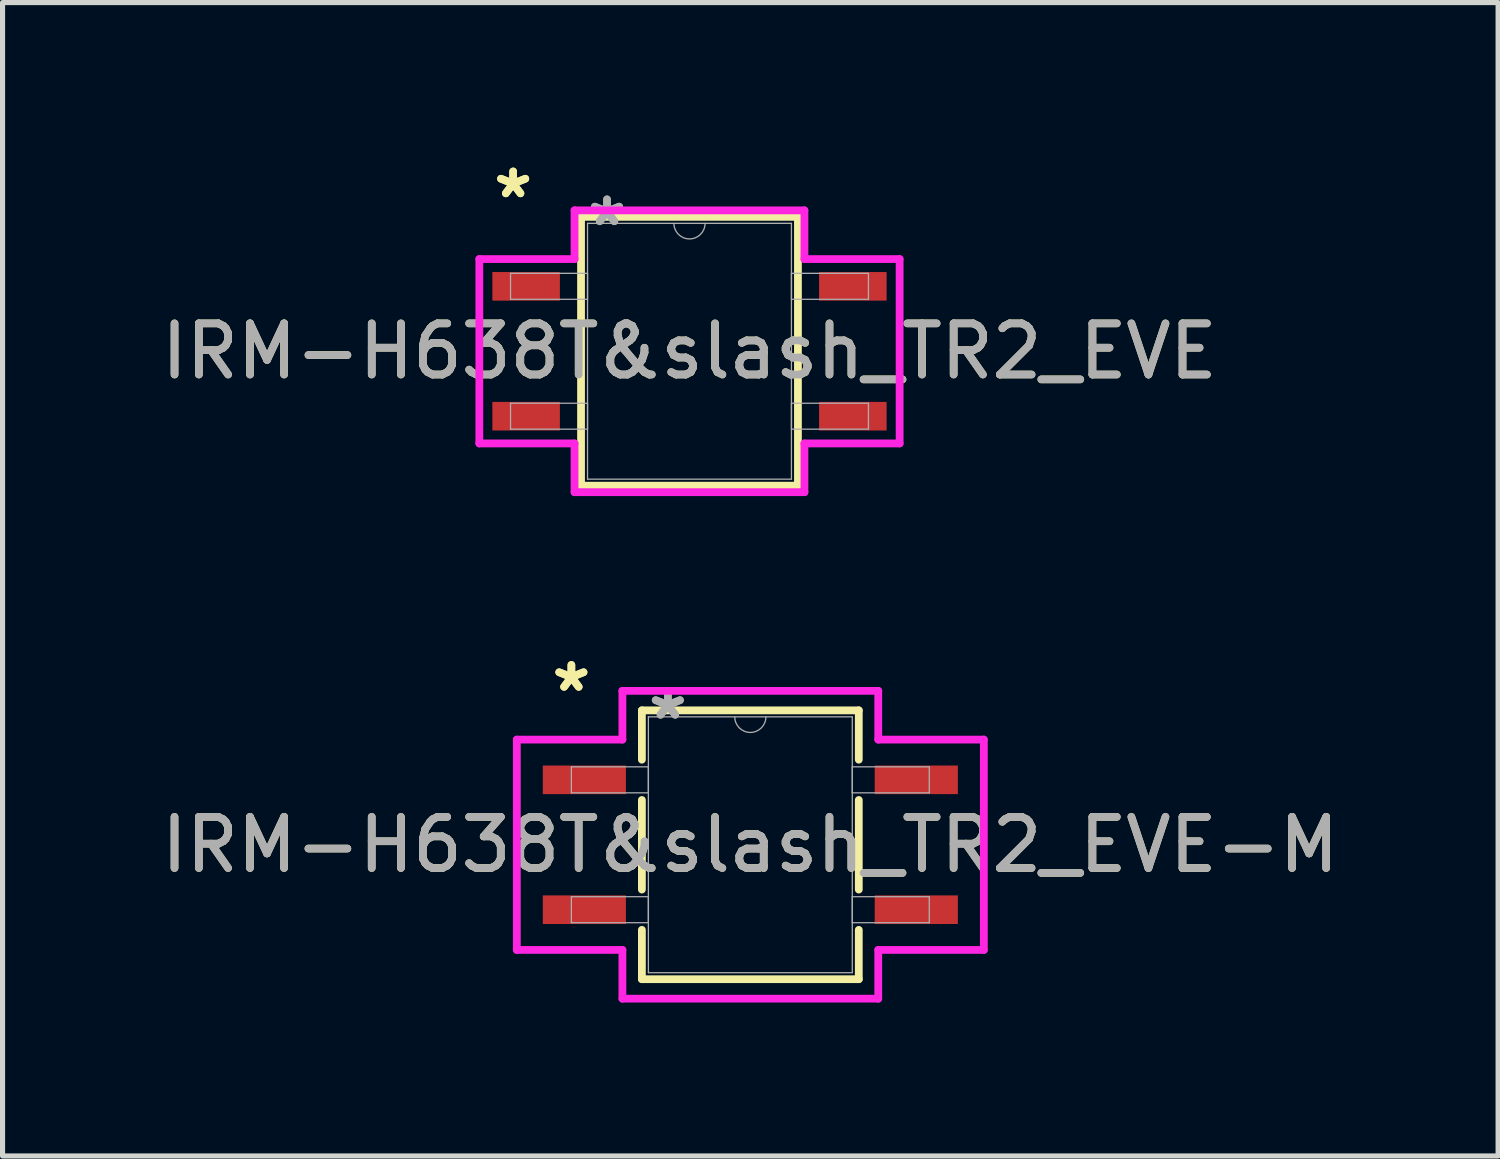
<source format=kicad_pcb>
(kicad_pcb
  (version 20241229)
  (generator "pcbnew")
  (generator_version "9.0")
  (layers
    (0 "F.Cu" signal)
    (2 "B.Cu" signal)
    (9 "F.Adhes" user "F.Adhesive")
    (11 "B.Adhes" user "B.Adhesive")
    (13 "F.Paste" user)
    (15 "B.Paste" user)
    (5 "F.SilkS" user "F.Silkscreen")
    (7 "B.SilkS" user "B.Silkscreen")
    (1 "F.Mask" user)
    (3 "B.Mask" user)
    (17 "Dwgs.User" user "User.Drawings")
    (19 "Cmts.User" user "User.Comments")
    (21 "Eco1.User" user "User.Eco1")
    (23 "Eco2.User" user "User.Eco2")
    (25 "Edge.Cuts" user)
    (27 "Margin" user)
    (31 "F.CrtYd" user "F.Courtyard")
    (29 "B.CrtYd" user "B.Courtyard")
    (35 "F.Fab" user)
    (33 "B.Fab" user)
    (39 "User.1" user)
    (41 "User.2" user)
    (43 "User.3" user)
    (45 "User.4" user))
  (footprint "IRM-H638T&slash_TR2_EVE-M"
    (layer "F.Cu")
    (at 11.625 13.472)
    (property "Reference" "IRM-H638T&slash_TR2_EVE-M" (at 0 0 0) (unlocked yes) (layer "F.SilkS") (effects (font (size 1 1) (thickness 0.15))))
    (attr smd)
    (fp_line (start -2.121 -2.629) (end -2.121 -1.664) (stroke (width 0.152) (type solid)) (layer "F.SilkS"))
    (fp_line (start -2.121 -0.876) (end -2.121 0.876) (stroke (width 0.152) (type solid)) (layer "F.SilkS"))
    (fp_line (start -2.121 1.664) (end -2.121 2.629) (stroke (width 0.152) (type solid)) (layer "F.SilkS"))
    (fp_line (start -2.121 2.629) (end 2.121 2.629) (stroke (width 0.152) (type solid)) (layer "F.SilkS"))
    (fp_line (start 2.121 -2.629) (end -2.121 -2.629) (stroke (width 0.152) (type solid)) (layer "F.SilkS"))
    (fp_line (start 2.121 -1.664) (end 2.121 -2.629) (stroke (width 0.152) (type solid)) (layer "F.SilkS"))
    (fp_line (start 2.121 0.876) (end 2.121 -0.876) (stroke (width 0.152) (type solid)) (layer "F.SilkS"))
    (fp_line (start 2.121 2.629) (end 2.121 1.664) (stroke (width 0.152) (type solid)) (layer "F.SilkS"))
    (fp_line (start -4.567 -2.057) (end -2.502 -2.057) (stroke (width 0.152) (type solid)) (layer "F.CrtYd"))
    (fp_line (start -4.567 2.057) (end -4.567 -2.057) (stroke (width 0.152) (type solid)) (layer "F.CrtYd"))
    (fp_line (start -4.567 2.057) (end -2.502 2.057) (stroke (width 0.152) (type solid)) (layer "F.CrtYd"))
    (fp_line (start -2.502 -3.01) (end 2.502 -3.01) (stroke (width 0.152) (type solid)) (layer "F.CrtYd"))
    (fp_line (start -2.502 -2.057) (end -2.502 -3.01) (stroke (width 0.152) (type solid)) (layer "F.CrtYd"))
    (fp_line (start -2.502 3.01) (end -2.502 2.057) (stroke (width 0.152) (type solid)) (layer "F.CrtYd"))
    (fp_line (start 2.502 -3.01) (end 2.502 -2.057) (stroke (width 0.152) (type solid)) (layer "F.CrtYd"))
    (fp_line (start 2.502 2.057) (end 2.502 3.01) (stroke (width 0.152) (type solid)) (layer "F.CrtYd"))
    (fp_line (start 2.502 3.01) (end -2.502 3.01) (stroke (width 0.152) (type solid)) (layer "F.CrtYd"))
    (fp_line (start 4.567 -2.057) (end 2.502 -2.057) (stroke (width 0.152) (type solid)) (layer "F.CrtYd"))
    (fp_line (start 4.567 -2.057) (end 4.567 2.057) (stroke (width 0.152) (type solid)) (layer "F.CrtYd"))
    (fp_line (start 4.567 2.057) (end 2.502 2.057) (stroke (width 0.152) (type solid)) (layer "F.CrtYd"))
    (fp_line (start -3.5 -1.524) (end -3.5 -1.016) (stroke (width 0.025) (type solid)) (layer "F.Fab"))
    (fp_line (start -3.5 -1.016) (end -1.994 -1.016) (stroke (width 0.025) (type solid)) (layer "F.Fab"))
    (fp_line (start -3.5 1.016) (end -3.5 1.524) (stroke (width 0.025) (type solid)) (layer "F.Fab"))
    (fp_line (start -3.5 1.524) (end -1.994 1.524) (stroke (width 0.025) (type solid)) (layer "F.Fab"))
    (fp_line (start -1.994 -2.502) (end -1.994 2.502) (stroke (width 0.025) (type solid)) (layer "F.Fab"))
    (fp_line (start -1.994 -1.524) (end -3.5 -1.524) (stroke (width 0.025) (type solid)) (layer "F.Fab"))
    (fp_line (start -1.994 -1.016) (end -1.994 -1.524) (stroke (width 0.025) (type solid)) (layer "F.Fab"))
    (fp_line (start -1.994 1.016) (end -3.5 1.016) (stroke (width 0.025) (type solid)) (layer "F.Fab"))
    (fp_line (start -1.994 1.524) (end -1.994 1.016) (stroke (width 0.025) (type solid)) (layer "F.Fab"))
    (fp_line (start -1.994 2.502) (end 1.994 2.502) (stroke (width 0.025) (type solid)) (layer "F.Fab"))
    (fp_line (start 1.994 -2.502) (end -1.994 -2.502) (stroke (width 0.025) (type solid)) (layer "F.Fab"))
    (fp_line (start 1.994 -1.524) (end 1.994 -1.016) (stroke (width 0.025) (type solid)) (layer "F.Fab"))
    (fp_line (start 1.994 -1.016) (end 3.5 -1.016) (stroke (width 0.025) (type solid)) (layer "F.Fab"))
    (fp_line (start 1.994 1.016) (end 1.994 1.524) (stroke (width 0.025) (type solid)) (layer "F.Fab"))
    (fp_line (start 1.994 1.524) (end 3.5 1.524) (stroke (width 0.025) (type solid)) (layer "F.Fab"))
    (fp_line (start 1.994 2.502) (end 1.994 -2.502) (stroke (width 0.025) (type solid)) (layer "F.Fab"))
    (fp_line (start 3.5 -1.524) (end 1.994 -1.524) (stroke (width 0.025) (type solid)) (layer "F.Fab"))
    (fp_line (start 3.5 -1.016) (end 3.5 -1.524) (stroke (width 0.025) (type solid)) (layer "F.Fab"))
    (fp_line (start 3.5 1.016) (end 1.994 1.016) (stroke (width 0.025) (type solid)) (layer "F.Fab"))
    (fp_line (start 3.5 1.524) (end 3.5 1.016) (stroke (width 0.025) (type solid)) (layer "F.Fab"))
    (fp_arc (start 0.3048 -2.5019) (mid 0 -2.1971) (end -0.3048 -2.5019) (stroke (width 0.0254) (type solid)) (layer "F.Fab"))
    (fp_text user "*" (at -3.5 -2.972 0) (layer "F.SilkS") (effects (font (size 1 1) (thickness 0.15))))
    (fp_text user "*" (at -3.5 -2.972 0) (unlocked yes) (layer "F.SilkS") (effects (font (size 1 1) (thickness 0.15))))
    (fp_text user "${REFERENCE}" (at 0 0 0) (unlocked yes) (layer "F.Fab") (effects (font (size 1 1) (thickness 0.15))))
    (fp_text user "*" (at -1.613 -2.426 0) (unlocked yes) (layer "F.Fab") (effects (font (size 1 1) (thickness 0.15))))
    (fp_text user "*" (at -1.613 -2.426 0) (layer "F.Fab") (effects (font (size 1 1) (thickness 0.15))))
    (pad "1" smd rect (at -3.246 -1.27) (size 1.626 0.559) (layers "F.Cu" "F.Mask" "F.Paste"))
    (pad "2" smd rect (at -3.246 1.27) (size 1.626 0.559) (layers "F.Cu" "F.Mask" "F.Paste"))
    (pad "3" smd rect (at 3.246 1.27) (size 1.626 0.559) (layers "F.Cu" "F.Mask" "F.Paste"))
    (pad "4" smd rect (at 3.246 -1.27) (size 1.626 0.559) (layers "F.Cu" "F.Mask" "F.Paste")))
  (footprint "IRM-H638T&slash_TR2_EVE"
    (layer "F.Cu")
    (at 10.435 3.82)
    (property "Reference" "IRM-H638T&slash_TR2_EVE" (at 0 0 0) (unlocked yes) (layer "F.SilkS") (effects (font (size 1 1) (thickness 0.15))))
    (attr smd)
    (fp_line (start -2.121 -2.629) (end -2.121 2.629) (stroke (width 0.152) (type solid)) (layer "F.SilkS"))
    (fp_line (start -2.121 2.629) (end 2.121 2.629) (stroke (width 0.152) (type solid)) (layer "F.SilkS"))
    (fp_line (start 2.121 -2.629) (end -2.121 -2.629) (stroke (width 0.152) (type solid)) (layer "F.SilkS"))
    (fp_line (start 2.121 2.629) (end 2.121 -2.629) (stroke (width 0.152) (type solid)) (layer "F.SilkS"))
    (fp_line (start -4.11 -1.803) (end -2.248 -1.803) (stroke (width 0.152) (type solid)) (layer "F.CrtYd"))
    (fp_line (start -4.11 1.803) (end -4.11 -1.803) (stroke (width 0.152) (type solid)) (layer "F.CrtYd"))
    (fp_line (start -4.11 1.803) (end -2.248 1.803) (stroke (width 0.152) (type solid)) (layer "F.CrtYd"))
    (fp_line (start -2.248 -2.756) (end 2.248 -2.756) (stroke (width 0.152) (type solid)) (layer "F.CrtYd"))
    (fp_line (start -2.248 -1.803) (end -2.248 -2.756) (stroke (width 0.152) (type solid)) (layer "F.CrtYd"))
    (fp_line (start -2.248 2.756) (end -2.248 1.803) (stroke (width 0.152) (type solid)) (layer "F.CrtYd"))
    (fp_line (start 2.248 -2.756) (end 2.248 -1.803) (stroke (width 0.152) (type solid)) (layer "F.CrtYd"))
    (fp_line (start 2.248 1.803) (end 2.248 2.756) (stroke (width 0.152) (type solid)) (layer "F.CrtYd"))
    (fp_line (start 2.248 2.756) (end -2.248 2.756) (stroke (width 0.152) (type solid)) (layer "F.CrtYd"))
    (fp_line (start 4.11 -1.803) (end 2.248 -1.803) (stroke (width 0.152) (type solid)) (layer "F.CrtYd"))
    (fp_line (start 4.11 -1.803) (end 4.11 1.803) (stroke (width 0.152) (type solid)) (layer "F.CrtYd"))
    (fp_line (start 4.11 1.803) (end 2.248 1.803) (stroke (width 0.152) (type solid)) (layer "F.CrtYd"))
    (fp_line (start -3.5 -1.524) (end -3.5 -1.016) (stroke (width 0.025) (type solid)) (layer "F.Fab"))
    (fp_line (start -3.5 -1.016) (end -1.994 -1.016) (stroke (width 0.025) (type solid)) (layer "F.Fab"))
    (fp_line (start -3.5 1.016) (end -3.5 1.524) (stroke (width 0.025) (type solid)) (layer "F.Fab"))
    (fp_line (start -3.5 1.524) (end -1.994 1.524) (stroke (width 0.025) (type solid)) (layer "F.Fab"))
    (fp_line (start -1.994 -2.502) (end -1.994 2.502) (stroke (width 0.025) (type solid)) (layer "F.Fab"))
    (fp_line (start -1.994 -1.524) (end -3.5 -1.524) (stroke (width 0.025) (type solid)) (layer "F.Fab"))
    (fp_line (start -1.994 -1.016) (end -1.994 -1.524) (stroke (width 0.025) (type solid)) (layer "F.Fab"))
    (fp_line (start -1.994 1.016) (end -3.5 1.016) (stroke (width 0.025) (type solid)) (layer "F.Fab"))
    (fp_line (start -1.994 1.524) (end -1.994 1.016) (stroke (width 0.025) (type solid)) (layer "F.Fab"))
    (fp_line (start -1.994 2.502) (end 1.994 2.502) (stroke (width 0.025) (type solid)) (layer "F.Fab"))
    (fp_line (start 1.994 -2.502) (end -1.994 -2.502) (stroke (width 0.025) (type solid)) (layer "F.Fab"))
    (fp_line (start 1.994 -1.524) (end 1.994 -1.016) (stroke (width 0.025) (type solid)) (layer "F.Fab"))
    (fp_line (start 1.994 -1.016) (end 3.5 -1.016) (stroke (width 0.025) (type solid)) (layer "F.Fab"))
    (fp_line (start 1.994 1.016) (end 1.994 1.524) (stroke (width 0.025) (type solid)) (layer "F.Fab"))
    (fp_line (start 1.994 1.524) (end 3.5 1.524) (stroke (width 0.025) (type solid)) (layer "F.Fab"))
    (fp_line (start 1.994 2.502) (end 1.994 -2.502) (stroke (width 0.025) (type solid)) (layer "F.Fab"))
    (fp_line (start 3.5 -1.524) (end 1.994 -1.524) (stroke (width 0.025) (type solid)) (layer "F.Fab"))
    (fp_line (start 3.5 -1.016) (end 3.5 -1.524) (stroke (width 0.025) (type solid)) (layer "F.Fab"))
    (fp_line (start 3.5 1.016) (end 1.994 1.016) (stroke (width 0.025) (type solid)) (layer "F.Fab"))
    (fp_line (start 3.5 1.524) (end 3.5 1.016) (stroke (width 0.025) (type solid)) (layer "F.Fab"))
    (fp_arc (start 0.3048 -2.5019) (mid 0 -2.1971) (end -0.3048 -2.5019) (stroke (width 0.0254) (type solid)) (layer "F.Fab"))
    (fp_text user "*" (at -3.449 -2.972 0) (layer "F.SilkS") (effects (font (size 1 1) (thickness 0.15))))
    (fp_text user "*" (at -3.449 -2.972 0) (unlocked yes) (layer "F.SilkS") (effects (font (size 1 1) (thickness 0.15))))
    (fp_text user "${REFERENCE}" (at 0 0 0) (unlocked yes) (layer "F.Fab") (effects (font (size 1 1) (thickness 0.15))))
    (fp_text user "*" (at -1.613 -2.426 0) (layer "F.Fab") (effects (font (size 1 1) (thickness 0.15))))
    (fp_text user "*" (at -1.613 -2.426 0) (unlocked yes) (layer "F.Fab") (effects (font (size 1 1) (thickness 0.15))))
    (pad "1" smd rect (at -3.195 -1.27) (size 1.321 0.559) (layers "F.Cu" "F.Mask" "F.Paste"))
    (pad "2" smd rect (at -3.195 1.27) (size 1.321 0.559) (layers "F.Cu" "F.Mask" "F.Paste"))
    (pad "3" smd rect (at 3.195 1.27) (size 1.321 0.559) (layers "F.Cu" "F.Mask" "F.Paste"))
    (pad "4" smd rect (at 3.195 -1.27) (size 1.321 0.559) (layers "F.Cu" "F.Mask" "F.Paste")))
  (gr_rect
    (start -3 -3)
    (end 26.25 19.558)
    (stroke (width 0.1) (type default))
    (fill no)
    (layer "Edge.Cuts")))
</source>
